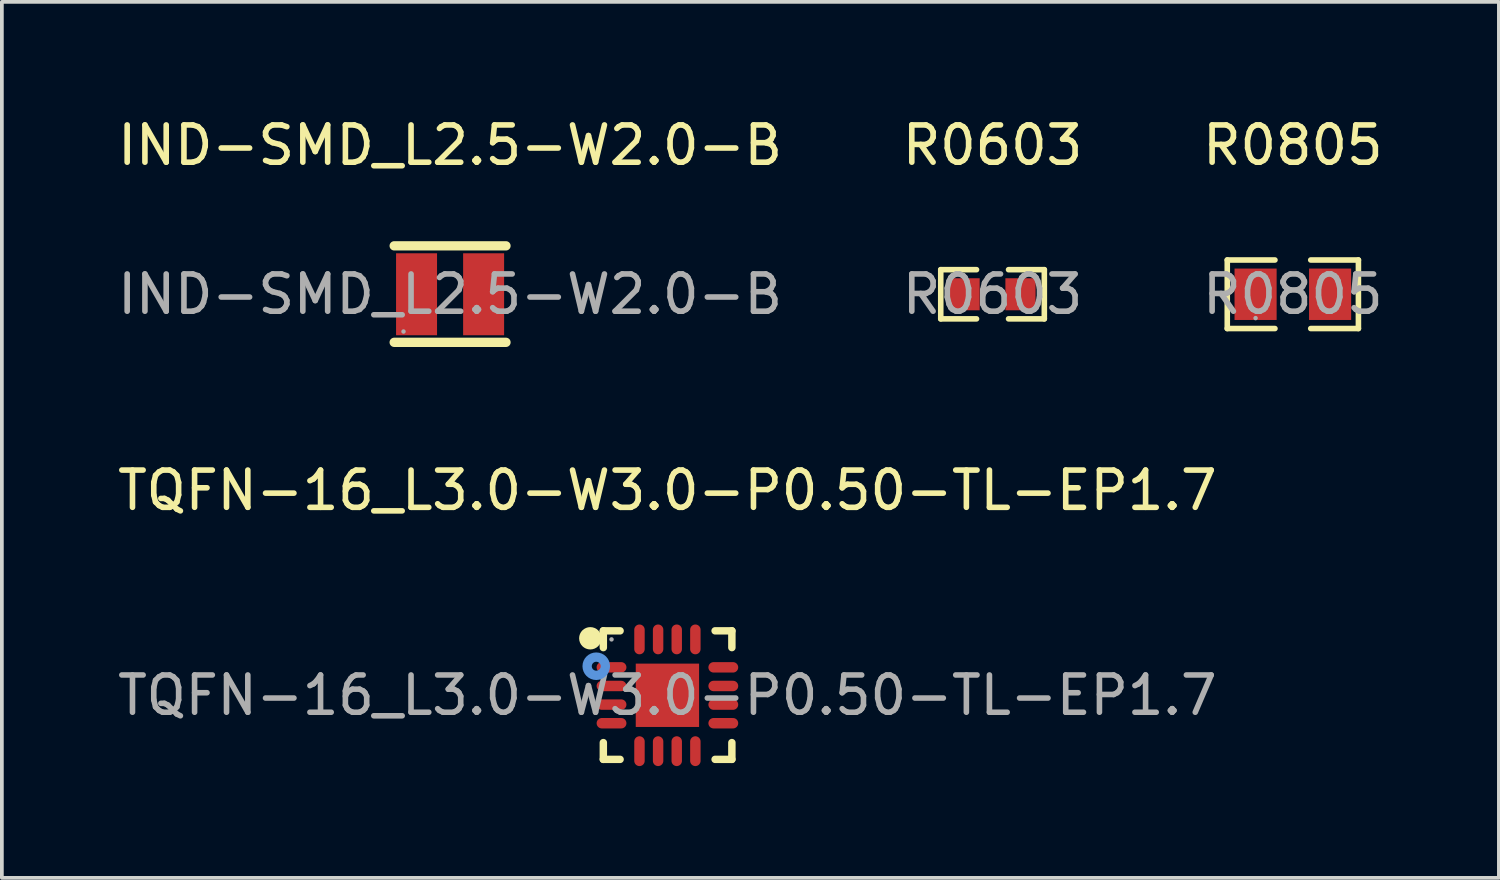
<source format=kicad_pcb>
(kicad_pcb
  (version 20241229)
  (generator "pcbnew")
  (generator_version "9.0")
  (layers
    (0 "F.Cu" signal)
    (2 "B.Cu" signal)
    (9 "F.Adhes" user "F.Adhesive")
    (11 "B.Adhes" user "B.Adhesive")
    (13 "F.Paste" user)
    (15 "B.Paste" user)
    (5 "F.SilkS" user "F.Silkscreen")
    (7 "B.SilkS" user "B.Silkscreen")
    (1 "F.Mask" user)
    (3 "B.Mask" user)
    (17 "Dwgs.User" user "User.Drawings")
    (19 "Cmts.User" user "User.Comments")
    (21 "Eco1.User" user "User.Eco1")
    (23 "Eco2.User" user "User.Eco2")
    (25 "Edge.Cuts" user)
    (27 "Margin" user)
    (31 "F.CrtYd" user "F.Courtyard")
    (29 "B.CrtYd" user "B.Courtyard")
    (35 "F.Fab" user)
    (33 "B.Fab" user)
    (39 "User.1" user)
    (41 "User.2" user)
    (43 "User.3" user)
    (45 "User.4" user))
  (footprint "R0805"
    (layer "F.Cu")
    (at 31.649 4.848)
    (property "Reference" "R0805" (at 0 -4 0) (layer "F.SilkS") (effects (font (size 1 1) (thickness 0.15))))
    (attr smd)
    (fp_line (start -1.76 -0.92) (end -0.48 -0.92) (stroke (width 0.15) (type solid)) (layer "F.SilkS"))
    (fp_line (start -1.76 0.92) (end -1.76 -0.92) (stroke (width 0.15) (type solid)) (layer "F.SilkS"))
    (fp_line (start -0.48 0.92) (end -1.76 0.92) (stroke (width 0.15) (type solid)) (layer "F.SilkS"))
    (fp_line (start 0.48 0.92) (end 1.76 0.92) (stroke (width 0.15) (type solid)) (layer "F.SilkS"))
    (fp_line (start 1.76 -0.92) (end 0.48 -0.92) (stroke (width 0.15) (type solid)) (layer "F.SilkS"))
    (fp_line (start 1.76 0.92) (end 1.76 -0.92) (stroke (width 0.15) (type solid)) (layer "F.SilkS"))
    (fp_circle (center -1 0.64) (end -0.97 0.64) (stroke (width 0.06) (type solid)) (fill no) (layer "F.Fab"))
    (fp_text user "${REFERENCE}" (at 0 0 0) (layer "F.Fab") (effects (font (size 1 1) (thickness 0.15))))
    (pad "1" smd rect (at -1 0) (size 1.13 1.38) (layers "F.Cu" "F.Mask" "F.Paste"))
    (pad "2" smd rect (at 1 0) (size 1.13 1.38) (layers "F.Cu" "F.Mask" "F.Paste")))
  (footprint "TQFN-16_L3.0-W3.0-P0.50-TL-EP1.7"
    (layer "F.Cu")
    (at 14.863 15.611)
    (property "Reference" "TQFN-16_L3.0-W3.0-P0.50-TL-EP1.7" (at 0 -5.5 0) (layer "F.SilkS") (effects (font (size 1 1) (thickness 0.15))))
    (attr smd)
    (fp_line (start -1.72 -1.73) (end -1.27 -1.73) (stroke (width 0.2) (type solid)) (layer "F.SilkS"))
    (fp_line (start -1.72 -1.28) (end -1.72 -1.73) (stroke (width 0.2) (type solid)) (layer "F.SilkS"))
    (fp_line (start -1.72 1.72) (end -1.72 1.27) (stroke (width 0.2) (type solid)) (layer "F.SilkS"))
    (fp_line (start -1.27 1.72) (end -1.72 1.72) (stroke (width 0.2) (type solid)) (layer "F.SilkS"))
    (fp_line (start 1.28 -1.73) (end 1.73 -1.73) (stroke (width 0.2) (type solid)) (layer "F.SilkS"))
    (fp_line (start 1.28 1.72) (end 1.73 1.72) (stroke (width 0.2) (type solid)) (layer "F.SilkS"))
    (fp_line (start 1.73 -1.73) (end 1.73 -1.28) (stroke (width 0.2) (type solid)) (layer "F.SilkS"))
    (fp_line (start 1.73 1.72) (end 1.73 1.27) (stroke (width 0.2) (type solid)) (layer "F.SilkS"))
    (fp_arc (start -2.07 -1.53) (mid -2.07 -1.53) (end -2.07 -1.53) (stroke (width 0.3) (type solid)) (layer "F.SilkS"))
    (fp_circle (center -1.91 -0.78) (end -1.79 -0.78) (stroke (width 0.25) (type solid)) (fill no) (layer "Cmts.User"))
    (fp_circle (center -1.5 -1.5) (end -1.47 -1.5) (stroke (width 0.06) (type solid)) (fill no) (layer "F.Fab"))
    (fp_text user "${REFERENCE}" (at 0 0 0) (layer "F.Fab") (effects (font (size 1 1) (thickness 0.15))))
    (pad "1" smd oval (at -1.5 -0.75) (size 0.8 0.28) (layers "F.Cu" "F.Mask" "F.Paste"))
    (pad "2" smd oval (at -1.5 -0.25) (size 0.8 0.28) (layers "F.Cu" "F.Mask" "F.Paste"))
    (pad "3" smd oval (at -1.5 0.25) (size 0.8 0.28) (layers "F.Cu" "F.Mask" "F.Paste"))
    (pad "4" smd oval (at -1.5 0.75) (size 0.8 0.28) (layers "F.Cu" "F.Mask" "F.Paste"))
    (pad "5" smd oval (at -0.75 1.5) (size 0.28 0.8) (layers "F.Cu" "F.Mask" "F.Paste"))
    (pad "6" smd oval (at -0.25 1.5) (size 0.28 0.8) (layers "F.Cu" "F.Mask" "F.Paste"))
    (pad "7" smd oval (at 0.25 1.5) (size 0.28 0.8) (layers "F.Cu" "F.Mask" "F.Paste"))
    (pad "8" smd oval (at 0.75 1.5) (size 0.28 0.8) (layers "F.Cu" "F.Mask" "F.Paste"))
    (pad "9" smd oval (at 1.5 0.75) (size 0.8 0.28) (layers "F.Cu" "F.Mask" "F.Paste"))
    (pad "10" smd oval (at 1.5 0.25) (size 0.8 0.28) (layers "F.Cu" "F.Mask" "F.Paste"))
    (pad "11" smd oval (at 1.5 -0.25) (size 0.8 0.28) (layers "F.Cu" "F.Mask" "F.Paste"))
    (pad "12" smd oval (at 1.5 -0.75) (size 0.8 0.28) (layers "F.Cu" "F.Mask" "F.Paste"))
    (pad "13" smd oval (at 0.75 -1.5) (size 0.28 0.8) (layers "F.Cu" "F.Mask" "F.Paste"))
    (pad "14" smd oval (at 0.25 -1.5) (size 0.28 0.8) (layers "F.Cu" "F.Mask" "F.Paste"))
    (pad "15" smd oval (at -0.25 -1.5) (size 0.28 0.8) (layers "F.Cu" "F.Mask" "F.Paste"))
    (pad "16" smd oval (at -0.75 -1.5) (size 0.28 0.8) (layers "F.Cu" "F.Mask" "F.Paste"))
    (pad "17" smd rect (at 0 0) (size 1.7 1.7) (layers "F.Cu" "F.Mask" "F.Paste")))
  (footprint "IND-SMD_L2.5-W2.0-B"
    (layer "F.Cu")
    (at 9.03 4.848)
    (property "Reference" "IND-SMD_L2.5-W2.0-B" (at 0 -4 0) (layer "F.SilkS") (effects (font (size 1 1) (thickness 0.15))))
    (attr smd)
    (fp_line (start -1.5 -1.3) (end 1.5 -1.3) (stroke (width 0.25) (type solid)) (layer "F.SilkS"))
    (fp_line (start -1.5 1.29) (end 1.5 1.29) (stroke (width 0.25) (type solid)) (layer "F.SilkS"))
    (fp_circle (center -1.25 1) (end -1.22 1) (stroke (width 0.06) (type solid)) (fill no) (layer "F.Fab"))
    (fp_text user "${REFERENCE}" (at 0 0 0) (layer "F.Fab") (effects (font (size 1 1) (thickness 0.15))))
    (pad "1" smd rect (at -0.9 0) (size 1.1 2.2) (layers "F.Cu" "F.Mask" "F.Paste"))
    (pad "2" smd rect (at 0.9 0) (size 1.1 2.2) (layers "F.Cu" "F.Mask" "F.Paste")))
  (footprint "R0603"
    (layer "F.Cu")
    (at 23.589 4.848)
    (property "Reference" "R0603" (at 0 -4 0) (layer "F.SilkS") (effects (font (size 1 1) (thickness 0.15))))
    (attr smd)
    (fp_line (start -1.39 -0.66) (end -0.43 -0.66) (stroke (width 0.15) (type solid)) (layer "F.SilkS"))
    (fp_line (start -1.39 0.66) (end -1.39 -0.66) (stroke (width 0.15) (type solid)) (layer "F.SilkS"))
    (fp_line (start -0.43 0.66) (end -1.39 0.66) (stroke (width 0.15) (type solid)) (layer "F.SilkS"))
    (fp_line (start 0.43 0.66) (end 1.39 0.66) (stroke (width 0.15) (type solid)) (layer "F.SilkS"))
    (fp_line (start 1.39 -0.66) (end 0.43 -0.66) (stroke (width 0.15) (type solid)) (layer "F.SilkS"))
    (fp_line (start 1.39 0.66) (end 1.39 -0.66) (stroke (width 0.15) (type solid)) (layer "F.SilkS"))
    (fp_circle (center -0.8 0.4) (end -0.77 0.4) (stroke (width 0.06) (type solid)) (fill no) (layer "F.Fab"))
    (fp_text user "${REFERENCE}" (at 0 0 0) (layer "F.Fab") (effects (font (size 1 1) (thickness 0.15))))
    (pad "1" smd rect (at -0.75 0) (size 0.81 0.86) (layers "F.Cu" "F.Mask" "F.Paste"))
    (pad "2" smd rect (at 0.75 0) (size 0.81 0.86) (layers "F.Cu" "F.Mask" "F.Paste")))
  (gr_rect
    (start -3 -3)
    (end 37.179 20.512)
    (stroke (width 0.1) (type default))
    (fill no)
    (layer "Edge.Cuts")))
</source>
